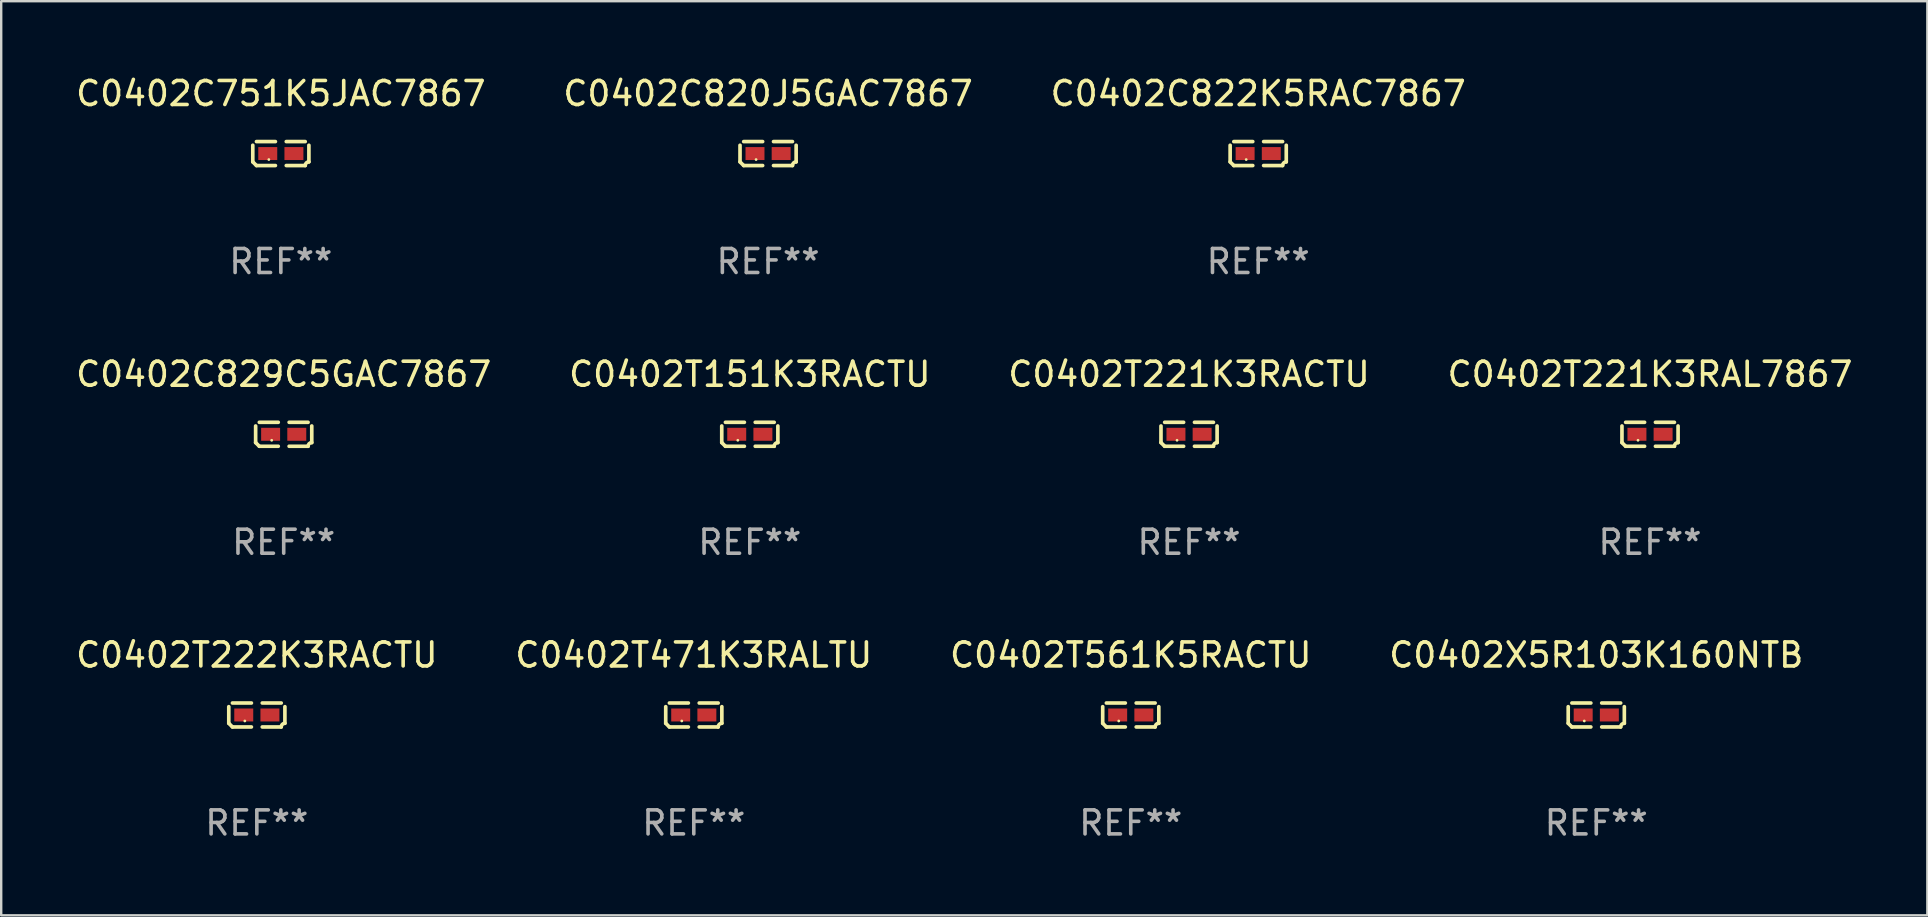
<source format=kicad_pcb>
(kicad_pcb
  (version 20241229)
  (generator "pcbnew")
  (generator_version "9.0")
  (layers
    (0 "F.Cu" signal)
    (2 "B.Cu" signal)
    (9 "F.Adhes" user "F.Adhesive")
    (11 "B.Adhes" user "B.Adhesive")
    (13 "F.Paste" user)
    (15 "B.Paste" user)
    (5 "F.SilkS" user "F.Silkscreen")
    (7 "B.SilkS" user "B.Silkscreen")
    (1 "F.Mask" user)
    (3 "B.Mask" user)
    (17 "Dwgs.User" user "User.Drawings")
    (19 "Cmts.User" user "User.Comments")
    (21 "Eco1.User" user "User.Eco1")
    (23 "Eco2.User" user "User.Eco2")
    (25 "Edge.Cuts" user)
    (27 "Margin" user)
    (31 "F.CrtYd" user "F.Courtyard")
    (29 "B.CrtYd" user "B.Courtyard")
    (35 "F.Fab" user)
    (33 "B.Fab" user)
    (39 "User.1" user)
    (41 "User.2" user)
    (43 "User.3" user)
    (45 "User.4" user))
  (footprint "C0402C829C5GAC7867"
    (layer "F.Cu")
    (at 8.768 15.041)
    (property "Reference" "C0402C829C5GAC7867" (at 0 -2.499 0) (layer "F.SilkS") (effects (font (size 1 1) (thickness 0.15))))
    (attr through_hole)
    (fp_line (start -1.169 0.346) (end -1.169 -0.346) (stroke (width 0.152) (type solid)) (layer "F.SilkS"))
    (fp_line (start -1.016 -0.499) (end -0.226 -0.499) (stroke (width 0.152) (type solid)) (layer "F.SilkS"))
    (fp_line (start -0.226 0.499) (end -1.016 0.499) (stroke (width 0.152) (type solid)) (layer "F.SilkS"))
    (fp_line (start 0.226 0.499) (end 1.016 0.499) (stroke (width 0.152) (type solid)) (layer "F.SilkS"))
    (fp_line (start 1.016 -0.499) (end 0.226 -0.499) (stroke (width 0.152) (type solid)) (layer "F.SilkS"))
    (fp_line (start 1.169 0.346) (end 1.169 -0.346) (stroke (width 0.152) (type solid)) (layer "F.SilkS"))
    (fp_arc (start -1.016307 0.498603) (mid -1.092512 0.422405) (end -1.16871 0.3462) (stroke (width 0.1524) (type solid)) (layer "F.SilkS"))
    (fp_arc (start 1.016307 0.498603) (mid 1.060899 0.390758) (end 1.168707 0.346076) (stroke (width 0.1524) (type solid)) (layer "F.SilkS"))
    (fp_circle (center -0.5 0.25) (end -0.47 0.25) (stroke (width 0.06) (type solid)) (fill no) (layer "F.SilkS"))
    (fp_text user "REF**" (at 0 4.499 0) (layer "F.Fab") (effects (font (size 1 1) (thickness 0.15))))
    (pad "1" smd rect (at -0.545 0) (size 0.79 0.54) (layers "F.Cu" "F.Mask" "F.Paste"))
    (pad "2" smd rect (at 0.545 0) (size 0.79 0.54) (layers "F.Cu" "F.Mask" "F.Paste")))
  (footprint "C0402T471K3RALTU"
    (layer "F.Cu")
    (at 25.851 26.734)
    (property "Reference" "C0402T471K3RALTU" (at 0 -2.499 0) (layer "F.SilkS") (effects (font (size 1 1) (thickness 0.15))))
    (attr through_hole)
    (fp_line (start -1.169 0.346) (end -1.169 -0.346) (stroke (width 0.152) (type solid)) (layer "F.SilkS"))
    (fp_line (start -1.016 -0.499) (end -0.226 -0.499) (stroke (width 0.152) (type solid)) (layer "F.SilkS"))
    (fp_line (start -0.226 0.499) (end -1.016 0.499) (stroke (width 0.152) (type solid)) (layer "F.SilkS"))
    (fp_line (start 0.226 0.499) (end 1.016 0.499) (stroke (width 0.152) (type solid)) (layer "F.SilkS"))
    (fp_line (start 1.016 -0.499) (end 0.226 -0.499) (stroke (width 0.152) (type solid)) (layer "F.SilkS"))
    (fp_line (start 1.169 0.346) (end 1.169 -0.346) (stroke (width 0.152) (type solid)) (layer "F.SilkS"))
    (fp_arc (start -1.016307 0.498603) (mid -1.092512 0.422405) (end -1.16871 0.3462) (stroke (width 0.1524) (type solid)) (layer "F.SilkS"))
    (fp_arc (start 1.016307 0.498603) (mid 1.060899 0.390758) (end 1.168707 0.346076) (stroke (width 0.1524) (type solid)) (layer "F.SilkS"))
    (fp_circle (center -0.5 0.25) (end -0.47 0.25) (stroke (width 0.06) (type solid)) (fill no) (layer "F.SilkS"))
    (fp_text user "REF**" (at 0 4.499 0) (layer "F.Fab") (effects (font (size 1 1) (thickness 0.15))))
    (pad "1" smd rect (at -0.545 0) (size 0.79 0.54) (layers "F.Cu" "F.Mask" "F.Paste"))
    (pad "2" smd rect (at 0.545 0) (size 0.79 0.54) (layers "F.Cu" "F.Mask" "F.Paste")))
  (footprint "C0402C820J5GAC7867"
    (layer "F.Cu")
    (at 28.946 3.347)
    (property "Reference" "C0402C820J5GAC7867" (at 0 -2.499 0) (layer "F.SilkS") (effects (font (size 1 1) (thickness 0.15))))
    (attr through_hole)
    (fp_line (start -1.169 0.346) (end -1.169 -0.346) (stroke (width 0.152) (type solid)) (layer "F.SilkS"))
    (fp_line (start -1.016 -0.499) (end -0.226 -0.499) (stroke (width 0.152) (type solid)) (layer "F.SilkS"))
    (fp_line (start -0.226 0.499) (end -1.016 0.499) (stroke (width 0.152) (type solid)) (layer "F.SilkS"))
    (fp_line (start 0.226 0.499) (end 1.016 0.499) (stroke (width 0.152) (type solid)) (layer "F.SilkS"))
    (fp_line (start 1.016 -0.499) (end 0.226 -0.499) (stroke (width 0.152) (type solid)) (layer "F.SilkS"))
    (fp_line (start 1.169 0.346) (end 1.169 -0.346) (stroke (width 0.152) (type solid)) (layer "F.SilkS"))
    (fp_arc (start -1.016307 0.498603) (mid -1.092512 0.422405) (end -1.16871 0.3462) (stroke (width 0.1524) (type solid)) (layer "F.SilkS"))
    (fp_arc (start 1.016307 0.498603) (mid 1.060899 0.390758) (end 1.168707 0.346076) (stroke (width 0.1524) (type solid)) (layer "F.SilkS"))
    (fp_circle (center -0.5 0.25) (end -0.47 0.25) (stroke (width 0.06) (type solid)) (fill no) (layer "F.SilkS"))
    (fp_text user "REF**" (at 0 4.499 0) (layer "F.Fab") (effects (font (size 1 1) (thickness 0.15))))
    (pad "1" smd rect (at -0.545 0) (size 0.79 0.54) (layers "F.Cu" "F.Mask" "F.Paste"))
    (pad "2" smd rect (at 0.545 0) (size 0.79 0.54) (layers "F.Cu" "F.Mask" "F.Paste")))
  (footprint "C0402X5R103K160NTB"
    (layer "F.Cu")
    (at 63.446 26.734)
    (property "Reference" "C0402X5R103K160NTB" (at 0 -2.499 0) (layer "F.SilkS") (effects (font (size 1 1) (thickness 0.15))))
    (attr through_hole)
    (fp_line (start -1.169 0.346) (end -1.169 -0.346) (stroke (width 0.152) (type solid)) (layer "F.SilkS"))
    (fp_line (start -1.016 -0.499) (end -0.226 -0.499) (stroke (width 0.152) (type solid)) (layer "F.SilkS"))
    (fp_line (start -0.226 0.499) (end -1.016 0.499) (stroke (width 0.152) (type solid)) (layer "F.SilkS"))
    (fp_line (start 0.226 0.499) (end 1.016 0.499) (stroke (width 0.152) (type solid)) (layer "F.SilkS"))
    (fp_line (start 1.016 -0.499) (end 0.226 -0.499) (stroke (width 0.152) (type solid)) (layer "F.SilkS"))
    (fp_line (start 1.169 0.346) (end 1.169 -0.346) (stroke (width 0.152) (type solid)) (layer "F.SilkS"))
    (fp_arc (start -1.016307 0.498603) (mid -1.092512 0.422405) (end -1.16871 0.3462) (stroke (width 0.1524) (type solid)) (layer "F.SilkS"))
    (fp_arc (start 1.016307 0.498603) (mid 1.060899 0.390758) (end 1.168707 0.346076) (stroke (width 0.1524) (type solid)) (layer "F.SilkS"))
    (fp_circle (center -0.5 0.25) (end -0.47 0.25) (stroke (width 0.06) (type solid)) (fill no) (layer "F.SilkS"))
    (fp_text user "REF**" (at 0 4.499 0) (layer "F.Fab") (effects (font (size 1 1) (thickness 0.15))))
    (pad "1" smd rect (at -0.545 0) (size 0.79 0.54) (layers "F.Cu" "F.Mask" "F.Paste"))
    (pad "2" smd rect (at 0.545 0) (size 0.79 0.54) (layers "F.Cu" "F.Mask" "F.Paste")))
  (footprint "C0402C751K5JAC7867"
    (layer "F.Cu")
    (at 8.649 3.347)
    (property "Reference" "C0402C751K5JAC7867" (at 0 -2.499 0) (layer "F.SilkS") (effects (font (size 1 1) (thickness 0.15))))
    (attr through_hole)
    (fp_line (start -1.169 0.346) (end -1.169 -0.346) (stroke (width 0.152) (type solid)) (layer "F.SilkS"))
    (fp_line (start -1.016 -0.499) (end -0.226 -0.499) (stroke (width 0.152) (type solid)) (layer "F.SilkS"))
    (fp_line (start -0.226 0.499) (end -1.016 0.499) (stroke (width 0.152) (type solid)) (layer "F.SilkS"))
    (fp_line (start 0.226 0.499) (end 1.016 0.499) (stroke (width 0.152) (type solid)) (layer "F.SilkS"))
    (fp_line (start 1.016 -0.499) (end 0.226 -0.499) (stroke (width 0.152) (type solid)) (layer "F.SilkS"))
    (fp_line (start 1.169 0.346) (end 1.169 -0.346) (stroke (width 0.152) (type solid)) (layer "F.SilkS"))
    (fp_arc (start -1.016307 0.498603) (mid -1.092512 0.422405) (end -1.16871 0.3462) (stroke (width 0.1524) (type solid)) (layer "F.SilkS"))
    (fp_arc (start 1.016307 0.498603) (mid 1.060899 0.390758) (end 1.168707 0.346076) (stroke (width 0.1524) (type solid)) (layer "F.SilkS"))
    (fp_circle (center -0.5 0.25) (end -0.47 0.25) (stroke (width 0.06) (type solid)) (fill no) (layer "F.SilkS"))
    (fp_text user "REF**" (at 0 4.499 0) (layer "F.Fab") (effects (font (size 1 1) (thickness 0.15))))
    (pad "1" smd rect (at -0.545 0) (size 0.79 0.54) (layers "F.Cu" "F.Mask" "F.Paste"))
    (pad "2" smd rect (at 0.545 0) (size 0.79 0.54) (layers "F.Cu" "F.Mask" "F.Paste")))
  (footprint "C0402T221K3RAL7867"
    (layer "F.Cu")
    (at 65.685 15.041)
    (property "Reference" "C0402T221K3RAL7867" (at 0 -2.499 0) (layer "F.SilkS") (effects (font (size 1 1) (thickness 0.15))))
    (attr through_hole)
    (fp_line (start -1.169 0.346) (end -1.169 -0.346) (stroke (width 0.152) (type solid)) (layer "F.SilkS"))
    (fp_line (start -1.016 -0.499) (end -0.226 -0.499) (stroke (width 0.152) (type solid)) (layer "F.SilkS"))
    (fp_line (start -0.226 0.499) (end -1.016 0.499) (stroke (width 0.152) (type solid)) (layer "F.SilkS"))
    (fp_line (start 0.226 0.499) (end 1.016 0.499) (stroke (width 0.152) (type solid)) (layer "F.SilkS"))
    (fp_line (start 1.016 -0.499) (end 0.226 -0.499) (stroke (width 0.152) (type solid)) (layer "F.SilkS"))
    (fp_line (start 1.169 0.346) (end 1.169 -0.346) (stroke (width 0.152) (type solid)) (layer "F.SilkS"))
    (fp_arc (start -1.016307 0.498603) (mid -1.092512 0.422405) (end -1.16871 0.3462) (stroke (width 0.1524) (type solid)) (layer "F.SilkS"))
    (fp_arc (start 1.016307 0.498603) (mid 1.060899 0.390758) (end 1.168707 0.346076) (stroke (width 0.1524) (type solid)) (layer "F.SilkS"))
    (fp_circle (center -0.5 0.25) (end -0.47 0.25) (stroke (width 0.06) (type solid)) (fill no) (layer "F.SilkS"))
    (fp_text user "REF**" (at 0 4.499 0) (layer "F.Fab") (effects (font (size 1 1) (thickness 0.15))))
    (pad "1" smd rect (at -0.545 0) (size 0.79 0.54) (layers "F.Cu" "F.Mask" "F.Paste"))
    (pad "2" smd rect (at 0.545 0) (size 0.79 0.54) (layers "F.Cu" "F.Mask" "F.Paste")))
  (footprint "C0402T221K3RACTU"
    (layer "F.Cu")
    (at 46.482 15.041)
    (property "Reference" "C0402T221K3RACTU" (at 0 -2.499 0) (layer "F.SilkS") (effects (font (size 1 1) (thickness 0.15))))
    (attr through_hole)
    (fp_line (start -1.169 0.346) (end -1.169 -0.346) (stroke (width 0.152) (type solid)) (layer "F.SilkS"))
    (fp_line (start -1.016 -0.499) (end -0.226 -0.499) (stroke (width 0.152) (type solid)) (layer "F.SilkS"))
    (fp_line (start -0.226 0.499) (end -1.016 0.499) (stroke (width 0.152) (type solid)) (layer "F.SilkS"))
    (fp_line (start 0.226 0.499) (end 1.016 0.499) (stroke (width 0.152) (type solid)) (layer "F.SilkS"))
    (fp_line (start 1.016 -0.499) (end 0.226 -0.499) (stroke (width 0.152) (type solid)) (layer "F.SilkS"))
    (fp_line (start 1.169 0.346) (end 1.169 -0.346) (stroke (width 0.152) (type solid)) (layer "F.SilkS"))
    (fp_arc (start -1.016307 0.498603) (mid -1.092512 0.422405) (end -1.16871 0.3462) (stroke (width 0.1524) (type solid)) (layer "F.SilkS"))
    (fp_arc (start 1.016307 0.498603) (mid 1.060899 0.390758) (end 1.168707 0.346076) (stroke (width 0.1524) (type solid)) (layer "F.SilkS"))
    (fp_circle (center -0.5 0.25) (end -0.47 0.25) (stroke (width 0.06) (type solid)) (fill no) (layer "F.SilkS"))
    (fp_text user "REF**" (at 0 4.499 0) (layer "F.Fab") (effects (font (size 1 1) (thickness 0.15))))
    (pad "1" smd rect (at -0.545 0) (size 0.79 0.54) (layers "F.Cu" "F.Mask" "F.Paste"))
    (pad "2" smd rect (at 0.545 0) (size 0.79 0.54) (layers "F.Cu" "F.Mask" "F.Paste")))
  (footprint "C0402T561K5RACTU"
    (layer "F.Cu")
    (at 44.054 26.734)
    (property "Reference" "C0402T561K5RACTU" (at 0 -2.499 0) (layer "F.SilkS") (effects (font (size 1 1) (thickness 0.15))))
    (attr through_hole)
    (fp_line (start -1.169 0.346) (end -1.169 -0.346) (stroke (width 0.152) (type solid)) (layer "F.SilkS"))
    (fp_line (start -1.016 -0.499) (end -0.226 -0.499) (stroke (width 0.152) (type solid)) (layer "F.SilkS"))
    (fp_line (start -0.226 0.499) (end -1.016 0.499) (stroke (width 0.152) (type solid)) (layer "F.SilkS"))
    (fp_line (start 0.226 0.499) (end 1.016 0.499) (stroke (width 0.152) (type solid)) (layer "F.SilkS"))
    (fp_line (start 1.016 -0.499) (end 0.226 -0.499) (stroke (width 0.152) (type solid)) (layer "F.SilkS"))
    (fp_line (start 1.169 0.346) (end 1.169 -0.346) (stroke (width 0.152) (type solid)) (layer "F.SilkS"))
    (fp_arc (start -1.016307 0.498603) (mid -1.092512 0.422405) (end -1.16871 0.3462) (stroke (width 0.1524) (type solid)) (layer "F.SilkS"))
    (fp_arc (start 1.016307 0.498603) (mid 1.060899 0.390758) (end 1.168707 0.346076) (stroke (width 0.1524) (type solid)) (layer "F.SilkS"))
    (fp_circle (center -0.5 0.25) (end -0.47 0.25) (stroke (width 0.06) (type solid)) (fill no) (layer "F.SilkS"))
    (fp_text user "REF**" (at 0 4.499 0) (layer "F.Fab") (effects (font (size 1 1) (thickness 0.15))))
    (pad "1" smd rect (at -0.545 0) (size 0.79 0.54) (layers "F.Cu" "F.Mask" "F.Paste"))
    (pad "2" smd rect (at 0.545 0) (size 0.79 0.54) (layers "F.Cu" "F.Mask" "F.Paste")))
  (footprint "C0402C822K5RAC7867"
    (layer "F.Cu")
    (at 49.363 3.347)
    (property "Reference" "C0402C822K5RAC7867" (at 0 -2.499 0) (layer "F.SilkS") (effects (font (size 1 1) (thickness 0.15))))
    (attr through_hole)
    (fp_line (start -1.169 0.346) (end -1.169 -0.346) (stroke (width 0.152) (type solid)) (layer "F.SilkS"))
    (fp_line (start -1.016 -0.499) (end -0.226 -0.499) (stroke (width 0.152) (type solid)) (layer "F.SilkS"))
    (fp_line (start -0.226 0.499) (end -1.016 0.499) (stroke (width 0.152) (type solid)) (layer "F.SilkS"))
    (fp_line (start 0.226 0.499) (end 1.016 0.499) (stroke (width 0.152) (type solid)) (layer "F.SilkS"))
    (fp_line (start 1.016 -0.499) (end 0.226 -0.499) (stroke (width 0.152) (type solid)) (layer "F.SilkS"))
    (fp_line (start 1.169 0.346) (end 1.169 -0.346) (stroke (width 0.152) (type solid)) (layer "F.SilkS"))
    (fp_arc (start -1.016307 0.498603) (mid -1.092512 0.422405) (end -1.16871 0.3462) (stroke (width 0.1524) (type solid)) (layer "F.SilkS"))
    (fp_arc (start 1.016307 0.498603) (mid 1.060899 0.390758) (end 1.168707 0.346076) (stroke (width 0.1524) (type solid)) (layer "F.SilkS"))
    (fp_circle (center -0.5 0.25) (end -0.47 0.25) (stroke (width 0.06) (type solid)) (fill no) (layer "F.SilkS"))
    (fp_text user "REF**" (at 0 4.499 0) (layer "F.Fab") (effects (font (size 1 1) (thickness 0.15))))
    (pad "1" smd rect (at -0.545 0) (size 0.79 0.54) (layers "F.Cu" "F.Mask" "F.Paste"))
    (pad "2" smd rect (at 0.545 0) (size 0.79 0.54) (layers "F.Cu" "F.Mask" "F.Paste")))
  (footprint "C0402T222K3RACTU"
    (layer "F.Cu")
    (at 7.649 26.734)
    (property "Reference" "C0402T222K3RACTU" (at 0 -2.499 0) (layer "F.SilkS") (effects (font (size 1 1) (thickness 0.15))))
    (attr through_hole)
    (fp_line (start -1.169 0.346) (end -1.169 -0.346) (stroke (width 0.152) (type solid)) (layer "F.SilkS"))
    (fp_line (start -1.016 -0.499) (end -0.226 -0.499) (stroke (width 0.152) (type solid)) (layer "F.SilkS"))
    (fp_line (start -0.226 0.499) (end -1.016 0.499) (stroke (width 0.152) (type solid)) (layer "F.SilkS"))
    (fp_line (start 0.226 0.499) (end 1.016 0.499) (stroke (width 0.152) (type solid)) (layer "F.SilkS"))
    (fp_line (start 1.016 -0.499) (end 0.226 -0.499) (stroke (width 0.152) (type solid)) (layer "F.SilkS"))
    (fp_line (start 1.169 0.346) (end 1.169 -0.346) (stroke (width 0.152) (type solid)) (layer "F.SilkS"))
    (fp_arc (start -1.016307 0.498603) (mid -1.092512 0.422405) (end -1.16871 0.3462) (stroke (width 0.1524) (type solid)) (layer "F.SilkS"))
    (fp_arc (start 1.016307 0.498603) (mid 1.060899 0.390758) (end 1.168707 0.346076) (stroke (width 0.1524) (type solid)) (layer "F.SilkS"))
    (fp_circle (center -0.5 0.25) (end -0.47 0.25) (stroke (width 0.06) (type solid)) (fill no) (layer "F.SilkS"))
    (fp_text user "REF**" (at 0 4.499 0) (layer "F.Fab") (effects (font (size 1 1) (thickness 0.15))))
    (pad "1" smd rect (at -0.545 0) (size 0.79 0.54) (layers "F.Cu" "F.Mask" "F.Paste"))
    (pad "2" smd rect (at 0.545 0) (size 0.79 0.54) (layers "F.Cu" "F.Mask" "F.Paste")))
  (footprint "C0402T151K3RACTU"
    (layer "F.Cu")
    (at 28.185 15.041)
    (property "Reference" "C0402T151K3RACTU" (at 0 -2.499 0) (layer "F.SilkS") (effects (font (size 1 1) (thickness 0.15))))
    (attr through_hole)
    (fp_line (start -1.169 0.346) (end -1.169 -0.346) (stroke (width 0.152) (type solid)) (layer "F.SilkS"))
    (fp_line (start -1.016 -0.499) (end -0.226 -0.499) (stroke (width 0.152) (type solid)) (layer "F.SilkS"))
    (fp_line (start -0.226 0.499) (end -1.016 0.499) (stroke (width 0.152) (type solid)) (layer "F.SilkS"))
    (fp_line (start 0.226 0.499) (end 1.016 0.499) (stroke (width 0.152) (type solid)) (layer "F.SilkS"))
    (fp_line (start 1.016 -0.499) (end 0.226 -0.499) (stroke (width 0.152) (type solid)) (layer "F.SilkS"))
    (fp_line (start 1.169 0.346) (end 1.169 -0.346) (stroke (width 0.152) (type solid)) (layer "F.SilkS"))
    (fp_arc (start -1.016307 0.498603) (mid -1.092512 0.422405) (end -1.16871 0.3462) (stroke (width 0.1524) (type solid)) (layer "F.SilkS"))
    (fp_arc (start 1.016307 0.498603) (mid 1.060899 0.390758) (end 1.168707 0.346076) (stroke (width 0.1524) (type solid)) (layer "F.SilkS"))
    (fp_circle (center -0.5 0.25) (end -0.47 0.25) (stroke (width 0.06) (type solid)) (fill no) (layer "F.SilkS"))
    (fp_text user "REF**" (at 0 4.499 0) (layer "F.Fab") (effects (font (size 1 1) (thickness 0.15))))
    (pad "1" smd rect (at -0.545 0) (size 0.79 0.54) (layers "F.Cu" "F.Mask" "F.Paste"))
    (pad "2" smd rect (at 0.545 0) (size 0.79 0.54) (layers "F.Cu" "F.Mask" "F.Paste")))
  (gr_rect
    (start -3 -3)
    (end 77.238 35.081)
    (stroke (width 0.1) (type default))
    (fill no)
    (layer "Edge.Cuts")))
</source>
